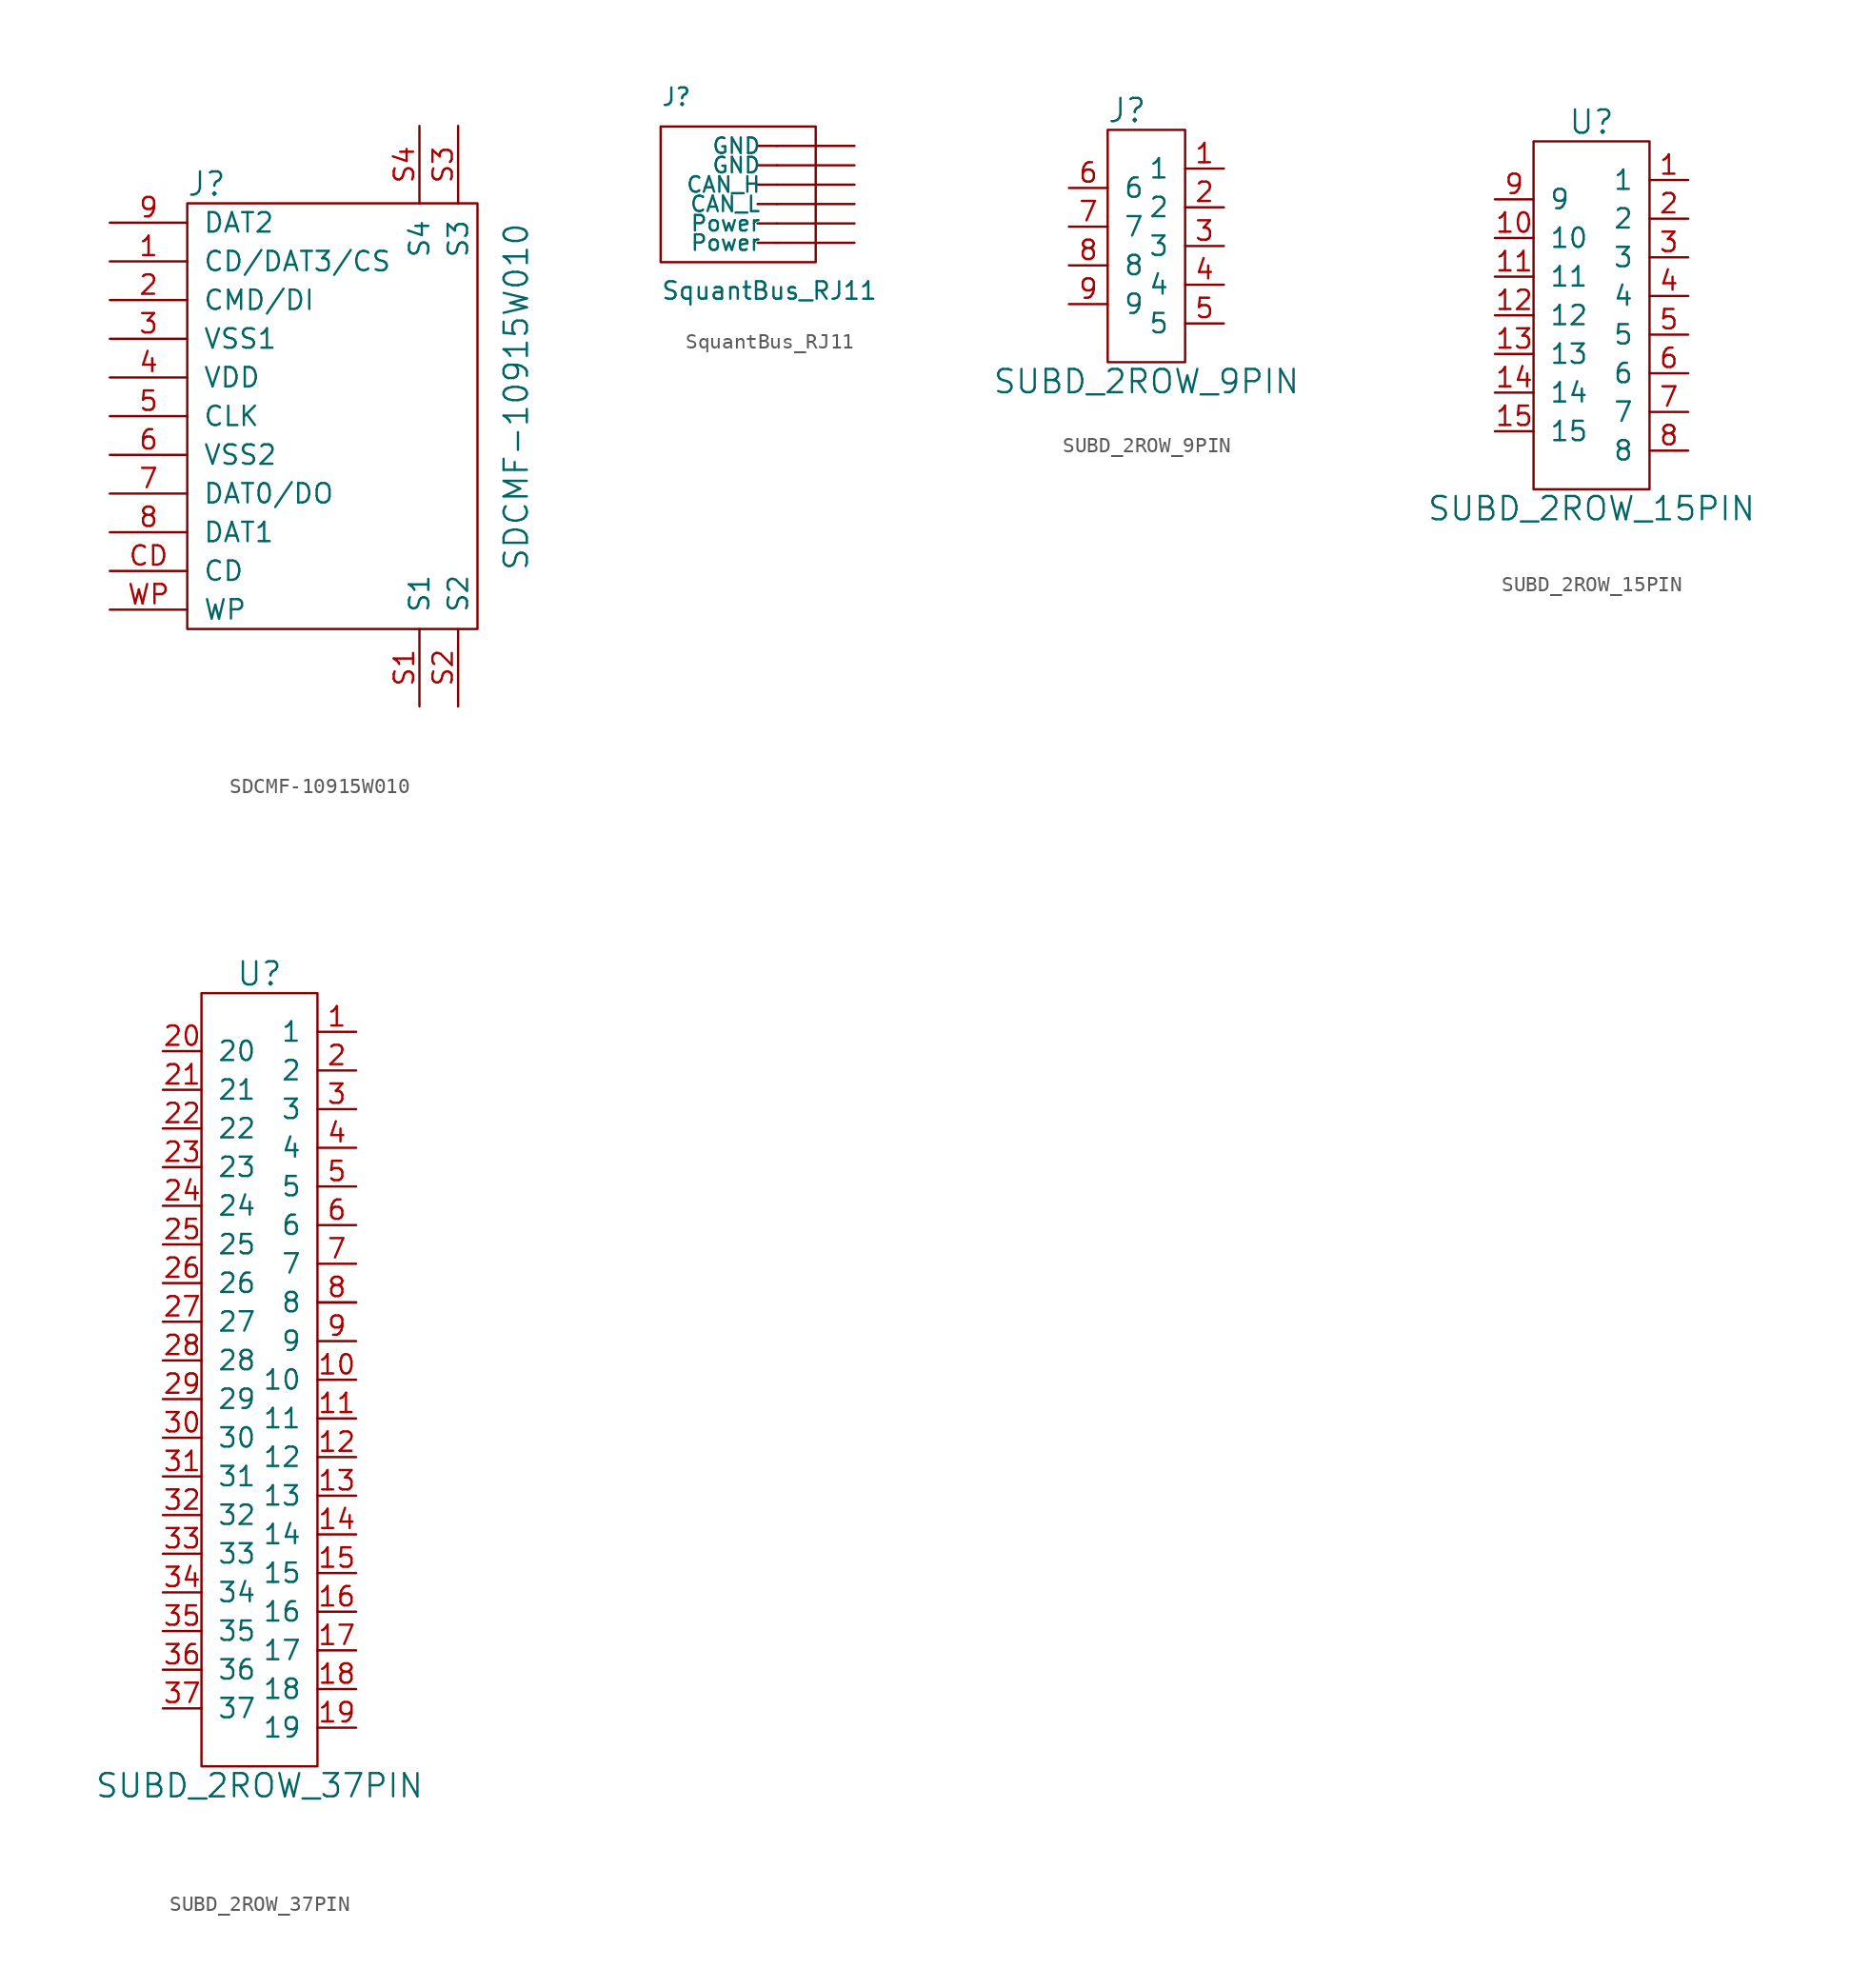
<source format=kicad_sym>
(kicad_symbol_lib
  (version 20241209)
  (generator "kicad_symbol_editor")
  (generator_version "9.0")
  (symbol "SDCMF-10915W010"
    (pin_names
      (offset 1.016))
    (property "Reference" "J"
      (at -6.35 15.24 0)
      (effects (font (size 1.524 1.524))))
    (property "Value" "SDCMF-10915W010"
      (at 13.97 1.27 90)
      (effects (font (size 1.524 1.524))))
    (symbol "SDCMF-10915W010_0_1"
      (rectangle (start -7.62 13.97) (end 11.43 -13.97) (stroke (width 0) (type default)) (fill (type none))))
    (symbol "SDCMF-10915W010_1_1"
      (pin input line (at -12.7 12.7 0) (length 5.08) (name "DAT2" (effects (font (size 1.27 1.27)))) (number "9" (effects (font (size 1.27 1.27)))))
      (pin input line (at -12.7 10.16 0) (length 5.08) (name "CD/DAT3/CS" (effects (font (size 1.27 1.27)))) (number "1" (effects (font (size 1.27 1.27)))))
      (pin input line (at -12.7 7.62 0) (length 5.08) (name "CMD/DI" (effects (font (size 1.27 1.27)))) (number "2" (effects (font (size 1.27 1.27)))))
      (pin input line (at -12.7 5.08 0) (length 5.08) (name "VSS1" (effects (font (size 1.27 1.27)))) (number "3" (effects (font (size 1.27 1.27)))))
      (pin input line (at -12.7 2.54 0) (length 5.08) (name "VDD" (effects (font (size 1.27 1.27)))) (number "4" (effects (font (size 1.27 1.27)))))
      (pin input line (at -12.7 0 0) (length 5.08) (name "CLK" (effects (font (size 1.27 1.27)))) (number "5" (effects (font (size 1.27 1.27)))))
      (pin input line (at -12.7 -2.54 0) (length 5.08) (name "VSS2" (effects (font (size 1.27 1.27)))) (number "6" (effects (font (size 1.27 1.27)))))
      (pin input line (at -12.7 -5.08 0) (length 5.08) (name "DAT0/DO" (effects (font (size 1.27 1.27)))) (number "7" (effects (font (size 1.27 1.27)))))
      (pin input line (at -12.7 -7.62 0) (length 5.08) (name "DAT1" (effects (font (size 1.27 1.27)))) (number "8" (effects (font (size 1.27 1.27)))))
      (pin input line (at -12.7 -10.16 0) (length 5.08) (name "CD" (effects (font (size 1.27 1.27)))) (number "CD" (effects (font (size 1.27 1.27)))))
      (pin input line (at -12.7 -12.7 0) (length 5.08) (name "WP" (effects (font (size 1.27 1.27)))) (number "WP" (effects (font (size 1.27 1.27)))))
      (pin input line (at 7.62 19.05 270) (length 5.08) (name "S4" (effects (font (size 1.27 1.27)))) (number "S4" (effects (font (size 1.27 1.27)))))
      (pin input line (at 7.62 -19.05 90) (length 5.08) (name "S1" (effects (font (size 1.27 1.27)))) (number "S1" (effects (font (size 1.27 1.27)))))
      (pin input line (at 10.16 19.05 270) (length 5.08) (name "S3" (effects (font (size 1.27 1.27)))) (number "S3" (effects (font (size 1.27 1.27)))))
      (pin input line (at 10.16 -19.05 90) (length 5.08) (name "S2" (effects (font (size 1.27 1.27)))) (number "S2" (effects (font (size 1.27 1.27)))))))
  (symbol "SquantBus_RJ11"
    (pin_numbers
      (hide yes))
    (pin_names
      (offset 1.016))
    (property "Reference" "J"
      (at -5.08 5.08 0)
      (effects (font (size 1.143 1.143)) (justify left bottom)))
    (property "Value" "SquantBus_RJ11"
      (at -5.08 -7.62 0)
      (effects (font (size 1.143 1.143)) (justify left bottom)))
    (property "Datasheet" ""
      (at 2.54 -1.27 0)
      (effects (font (size 1.524 1.524))))
    (property "ki_locked" ""
      (at 0 0 0)
      (effects (font (size 1.27 1.27))))
    (symbol "SquantBus_RJ11_0_1"
      (rectangle (start -5.08 3.81) (end 5.08 -5.08) (stroke (width 0) (type default)) (fill (type none))))
    (symbol "SquantBus_RJ11_1_0"
      (polyline (pts (xy 1.27 2.54) (xy 2.54 2.54)) (stroke (width 0) (type default)) (fill (type none)))
      (polyline (pts (xy 1.27 1.27) (xy 2.54 1.27)) (stroke (width 0) (type default)) (fill (type none)))
      (polyline (pts (xy 1.27 0) (xy 2.54 0)) (stroke (width 0) (type default)) (fill (type none)))
      (polyline (pts (xy 1.27 -1.27) (xy 2.54 -1.27)) (stroke (width 0) (type default)) (fill (type none)))
      (polyline (pts (xy 1.27 -2.54) (xy 2.54 -2.54)) (stroke (width 0) (type default)) (fill (type none)))
      (polyline (pts (xy 1.27 -3.81) (xy 2.54 -3.81)) (stroke (width 0) (type default)) (fill (type none))))
    (symbol "SquantBus_RJ11_1_1"
      (pin power_in line (at 7.62 2.54 180) (length 5.08) (name "GND" (effects (font (size 1.016 1.016)))) (number "6" (effects (font (size 1.016 1.016)))))
      (pin power_out line (at 7.62 1.27 180) (length 5.08) (name "GND" (effects (font (size 1.016 1.016)))) (number "5" (effects (font (size 1.016 1.016)))))
      (pin passive line (at 7.62 0 180) (length 5.08) (name "CAN_H" (effects (font (size 1.016 1.016)))) (number "4" (effects (font (size 1.016 1.016)))))
      (pin passive line (at 7.62 -1.27 180) (length 5.08) (name "CAN_L" (effects (font (size 1.016 1.016)))) (number "3" (effects (font (size 1.016 1.016)))))
      (pin power_in line (at 7.62 -2.54 180) (length 5.08) (name "Power" (effects (font (size 1.016 1.016)))) (number "2" (effects (font (size 1.016 1.016)))))
      (pin power_out line (at 7.62 -3.81 180) (length 5.08) (name "Power" (effects (font (size 1.016 1.016)))) (number "1" (effects (font (size 1.016 1.016)))))))
  (symbol "SUBD_2ROW_9PIN"
    (pin_names
      (offset 1.016))
    (property "Reference" "J"
      (at -1.27 8.89 0)
      (effects (font (size 1.524 1.524))))
    (property "Value" "SUBD_2ROW_9PIN"
      (at 0 -8.89 0)
      (effects (font (size 1.524 1.524))))
    (symbol "SUBD_2ROW_9PIN_0_1"
      (rectangle (start -2.54 7.62) (end 2.54 -7.62) (stroke (width 0) (type default)) (fill (type none))))
    (symbol "SUBD_2ROW_9PIN_1_1"
      (pin unspecified line (at -5.08 3.81 0) (length 2.54) (name "6" (effects (font (size 1.27 1.27)))) (number "6" (effects (font (size 1.27 1.27)))))
      (pin unspecified line (at -5.08 1.27 0) (length 2.54) (name "7" (effects (font (size 1.27 1.27)))) (number "7" (effects (font (size 1.27 1.27)))))
      (pin unspecified line (at -5.08 -1.27 0) (length 2.54) (name "8" (effects (font (size 1.27 1.27)))) (number "8" (effects (font (size 1.27 1.27)))))
      (pin unspecified line (at -5.08 -3.81 0) (length 2.54) (name "9" (effects (font (size 1.27 1.27)))) (number "9" (effects (font (size 1.27 1.27)))))
      (pin unspecified line (at 5.08 5.08 180) (length 2.54) (name "1" (effects (font (size 1.27 1.27)))) (number "1" (effects (font (size 1.27 1.27)))))
      (pin unspecified line (at 5.08 2.54 180) (length 2.54) (name "2" (effects (font (size 1.27 1.27)))) (number "2" (effects (font (size 1.27 1.27)))))
      (pin unspecified line (at 5.08 0 180) (length 2.54) (name "3" (effects (font (size 1.27 1.27)))) (number "3" (effects (font (size 1.27 1.27)))))
      (pin unspecified line (at 5.08 -2.54 180) (length 2.54) (name "4" (effects (font (size 1.27 1.27)))) (number "4" (effects (font (size 1.27 1.27)))))
      (pin unspecified line (at 5.08 -5.08 180) (length 2.54) (name "5" (effects (font (size 1.27 1.27)))) (number "5" (effects (font (size 1.27 1.27)))))))
  (symbol "SUBD_2ROW_15PIN"
    (pin_names
      (offset 1.016))
    (property "Reference" "U"
      (at 0 5.08 0)
      (effects (font (size 1.524 1.524))))
    (property "Value" "SUBD_2ROW_15PIN"
      (at 0 -20.32 0)
      (effects (font (size 1.524 1.524))))
    (symbol "SUBD_2ROW_15PIN_0_1"
      (rectangle (start -3.81 3.81) (end 3.81 -19.05) (stroke (width 0) (type default)) (fill (type none))))
    (symbol "SUBD_2ROW_15PIN_1_1"
      (pin passive line (at -6.35 0 0) (length 2.54) (name "9" (effects (font (size 1.27 1.27)))) (number "9" (effects (font (size 1.27 1.27)))))
      (pin passive line (at -6.35 -2.54 0) (length 2.54) (name "10" (effects (font (size 1.27 1.27)))) (number "10" (effects (font (size 1.27 1.27)))))
      (pin passive line (at -6.35 -5.08 0) (length 2.54) (name "11" (effects (font (size 1.27 1.27)))) (number "11" (effects (font (size 1.27 1.27)))))
      (pin passive line (at -6.35 -7.62 0) (length 2.54) (name "12" (effects (font (size 1.27 1.27)))) (number "12" (effects (font (size 1.27 1.27)))))
      (pin passive line (at -6.35 -10.16 0) (length 2.54) (name "13" (effects (font (size 1.27 1.27)))) (number "13" (effects (font (size 1.27 1.27)))))
      (pin passive line (at -6.35 -12.7 0) (length 2.54) (name "14" (effects (font (size 1.27 1.27)))) (number "14" (effects (font (size 1.27 1.27)))))
      (pin passive line (at -6.35 -15.24 0) (length 2.54) (name "15" (effects (font (size 1.27 1.27)))) (number "15" (effects (font (size 1.27 1.27)))))
      (pin passive line (at 6.35 1.27 180) (length 2.54) (name "1" (effects (font (size 1.27 1.27)))) (number "1" (effects (font (size 1.27 1.27)))))
      (pin passive line (at 6.35 -1.27 180) (length 2.54) (name "2" (effects (font (size 1.27 1.27)))) (number "2" (effects (font (size 1.27 1.27)))))
      (pin passive line (at 6.35 -3.81 180) (length 2.54) (name "3" (effects (font (size 1.27 1.27)))) (number "3" (effects (font (size 1.27 1.27)))))
      (pin passive line (at 6.35 -6.35 180) (length 2.54) (name "4" (effects (font (size 1.27 1.27)))) (number "4" (effects (font (size 1.27 1.27)))))
      (pin passive line (at 6.35 -8.89 180) (length 2.54) (name "5" (effects (font (size 1.27 1.27)))) (number "5" (effects (font (size 1.27 1.27)))))
      (pin passive line (at 6.35 -11.43 180) (length 2.54) (name "6" (effects (font (size 1.27 1.27)))) (number "6" (effects (font (size 1.27 1.27)))))
      (pin passive line (at 6.35 -13.97 180) (length 2.54) (name "7" (effects (font (size 1.27 1.27)))) (number "7" (effects (font (size 1.27 1.27)))))
      (pin passive line (at 6.35 -16.51 180) (length 2.54) (name "8" (effects (font (size 1.27 1.27)))) (number "8" (effects (font (size 1.27 1.27)))))))
  (symbol "SUBD_2ROW_37PIN"
    (pin_names
      (offset 1.016))
    (property "Reference" "U"
      (at 0 21.59 0)
      (effects (font (size 1.524 1.524))))
    (property "Value" "SUBD_2ROW_37PIN"
      (at 0 -31.75 0)
      (effects (font (size 1.524 1.524))))
    (symbol "SUBD_2ROW_37PIN_0_1"
      (rectangle (start -3.81 20.32) (end 3.81 -30.48) (stroke (width 0) (type default)) (fill (type none))))
    (symbol "SUBD_2ROW_37PIN_1_1"
      (pin passive line (at -6.35 16.51 0) (length 2.54) (name "20" (effects (font (size 1.27 1.27)))) (number "20" (effects (font (size 1.27 1.27)))))
      (pin passive line (at -6.35 13.97 0) (length 2.54) (name "21" (effects (font (size 1.27 1.27)))) (number "21" (effects (font (size 1.27 1.27)))))
      (pin passive line (at -6.35 11.43 0) (length 2.54) (name "22" (effects (font (size 1.27 1.27)))) (number "22" (effects (font (size 1.27 1.27)))))
      (pin passive line (at -6.35 8.89 0) (length 2.54) (name "23" (effects (font (size 1.27 1.27)))) (number "23" (effects (font (size 1.27 1.27)))))
      (pin passive line (at -6.35 6.35 0) (length 2.54) (name "24" (effects (font (size 1.27 1.27)))) (number "24" (effects (font (size 1.27 1.27)))))
      (pin passive line (at -6.35 3.81 0) (length 2.54) (name "25" (effects (font (size 1.27 1.27)))) (number "25" (effects (font (size 1.27 1.27)))))
      (pin passive line (at -6.35 1.27 0) (length 2.54) (name "26" (effects (font (size 1.27 1.27)))) (number "26" (effects (font (size 1.27 1.27)))))
      (pin passive line (at -6.35 -1.27 0) (length 2.54) (name "27" (effects (font (size 1.27 1.27)))) (number "27" (effects (font (size 1.27 1.27)))))
      (pin passive line (at -6.35 -3.81 0) (length 2.54) (name "28" (effects (font (size 1.27 1.27)))) (number "28" (effects (font (size 1.27 1.27)))))
      (pin passive line (at -6.35 -6.35 0) (length 2.54) (name "29" (effects (font (size 1.27 1.27)))) (number "29" (effects (font (size 1.27 1.27)))))
      (pin passive line (at -6.35 -8.89 0) (length 2.54) (name "30" (effects (font (size 1.27 1.27)))) (number "30" (effects (font (size 1.27 1.27)))))
      (pin passive line (at -6.35 -11.43 0) (length 2.54) (name "31" (effects (font (size 1.27 1.27)))) (number "31" (effects (font (size 1.27 1.27)))))
      (pin passive line (at -6.35 -13.97 0) (length 2.54) (name "32" (effects (font (size 1.27 1.27)))) (number "32" (effects (font (size 1.27 1.27)))))
      (pin passive line (at -6.35 -16.51 0) (length 2.54) (name "33" (effects (font (size 1.27 1.27)))) (number "33" (effects (font (size 1.27 1.27)))))
      (pin passive line (at -6.35 -19.05 0) (length 2.54) (name "34" (effects (font (size 1.27 1.27)))) (number "34" (effects (font (size 1.27 1.27)))))
      (pin passive line (at -6.35 -21.59 0) (length 2.54) (name "35" (effects (font (size 1.27 1.27)))) (number "35" (effects (font (size 1.27 1.27)))))
      (pin passive line (at -6.35 -24.13 0) (length 2.54) (name "36" (effects (font (size 1.27 1.27)))) (number "36" (effects (font (size 1.27 1.27)))))
      (pin passive line (at -6.35 -26.67 0) (length 2.54) (name "37" (effects (font (size 1.27 1.27)))) (number "37" (effects (font (size 1.27 1.27)))))
      (pin passive line (at 6.35 17.78 180) (length 2.54) (name "1" (effects (font (size 1.27 1.27)))) (number "1" (effects (font (size 1.27 1.27)))))
      (pin passive line (at 6.35 15.24 180) (length 2.54) (name "2" (effects (font (size 1.27 1.27)))) (number "2" (effects (font (size 1.27 1.27)))))
      (pin passive line (at 6.35 12.7 180) (length 2.54) (name "3" (effects (font (size 1.27 1.27)))) (number "3" (effects (font (size 1.27 1.27)))))
      (pin passive line (at 6.35 10.16 180) (length 2.54) (name "4" (effects (font (size 1.27 1.27)))) (number "4" (effects (font (size 1.27 1.27)))))
      (pin passive line (at 6.35 7.62 180) (length 2.54) (name "5" (effects (font (size 1.27 1.27)))) (number "5" (effects (font (size 1.27 1.27)))))
      (pin passive line (at 6.35 5.08 180) (length 2.54) (name "6" (effects (font (size 1.27 1.27)))) (number "6" (effects (font (size 1.27 1.27)))))
      (pin passive line (at 6.35 2.54 180) (length 2.54) (name "7" (effects (font (size 1.27 1.27)))) (number "7" (effects (font (size 1.27 1.27)))))
      (pin passive line (at 6.35 0 180) (length 2.54) (name "8" (effects (font (size 1.27 1.27)))) (number "8" (effects (font (size 1.27 1.27)))))
      (pin passive line (at 6.35 0 180) (length 2.54) (name "~" (effects (font (size 1.27 1.27)))) (number "~" (effects (font (size 1.27 1.27)))))
      (pin passive line (at 6.35 -2.54 180) (length 2.54) (name "9" (effects (font (size 1.27 1.27)))) (number "9" (effects (font (size 1.27 1.27)))))
      (pin passive line (at 6.35 -5.08 180) (length 2.54) (name "10" (effects (font (size 1.27 1.27)))) (number "10" (effects (font (size 1.27 1.27)))))
      (pin passive line (at 6.35 -7.62 180) (length 2.54) (name "11" (effects (font (size 1.27 1.27)))) (number "11" (effects (font (size 1.27 1.27)))))
      (pin passive line (at 6.35 -10.16 180) (length 2.54) (name "12" (effects (font (size 1.27 1.27)))) (number "12" (effects (font (size 1.27 1.27)))))
      (pin passive line (at 6.35 -12.7 180) (length 2.54) (name "13" (effects (font (size 1.27 1.27)))) (number "13" (effects (font (size 1.27 1.27)))))
      (pin passive line (at 6.35 -15.24 180) (length 2.54) (name "14" (effects (font (size 1.27 1.27)))) (number "14" (effects (font (size 1.27 1.27)))))
      (pin passive line (at 6.35 -17.78 180) (length 2.54) (name "15" (effects (font (size 1.27 1.27)))) (number "15" (effects (font (size 1.27 1.27)))))
      (pin passive line (at 6.35 -20.32 180) (length 2.54) (name "16" (effects (font (size 1.27 1.27)))) (number "16" (effects (font (size 1.27 1.27)))))
      (pin passive line (at 6.35 -22.86 180) (length 2.54) (name "17" (effects (font (size 1.27 1.27)))) (number "17" (effects (font (size 1.27 1.27)))))
      (pin passive line (at 6.35 -25.4 180) (length 2.54) (name "18" (effects (font (size 1.27 1.27)))) (number "18" (effects (font (size 1.27 1.27)))))
      (pin passive line (at 6.35 -27.94 180) (length 2.54) (name "19" (effects (font (size 1.27 1.27)))) (number "19" (effects (font (size 1.27 1.27))))))))
</source>
